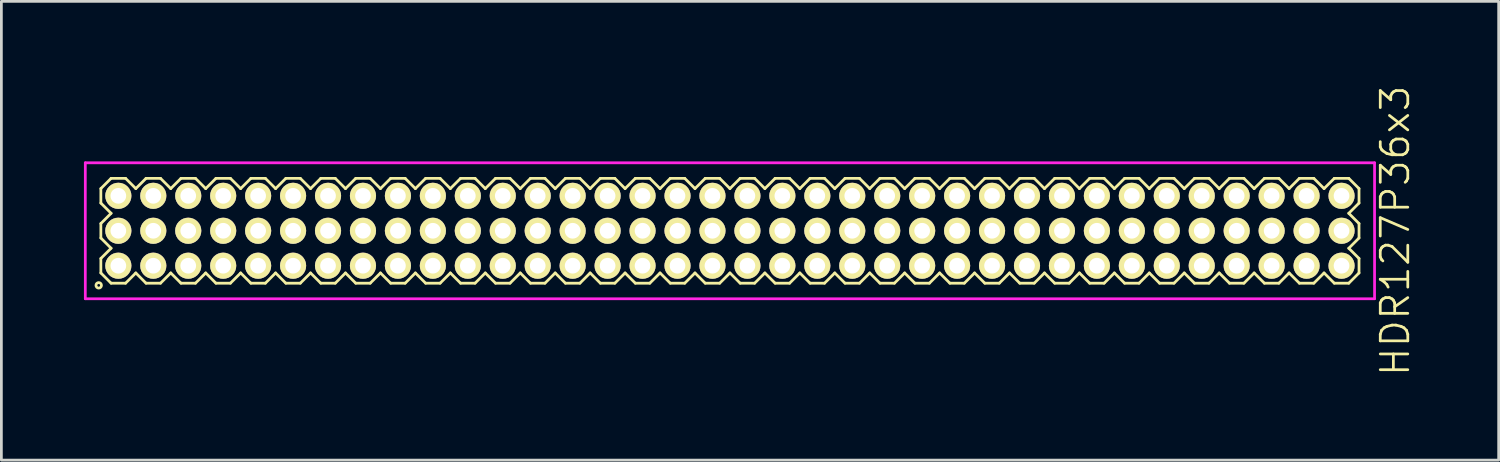
<source format=kicad_pcb>
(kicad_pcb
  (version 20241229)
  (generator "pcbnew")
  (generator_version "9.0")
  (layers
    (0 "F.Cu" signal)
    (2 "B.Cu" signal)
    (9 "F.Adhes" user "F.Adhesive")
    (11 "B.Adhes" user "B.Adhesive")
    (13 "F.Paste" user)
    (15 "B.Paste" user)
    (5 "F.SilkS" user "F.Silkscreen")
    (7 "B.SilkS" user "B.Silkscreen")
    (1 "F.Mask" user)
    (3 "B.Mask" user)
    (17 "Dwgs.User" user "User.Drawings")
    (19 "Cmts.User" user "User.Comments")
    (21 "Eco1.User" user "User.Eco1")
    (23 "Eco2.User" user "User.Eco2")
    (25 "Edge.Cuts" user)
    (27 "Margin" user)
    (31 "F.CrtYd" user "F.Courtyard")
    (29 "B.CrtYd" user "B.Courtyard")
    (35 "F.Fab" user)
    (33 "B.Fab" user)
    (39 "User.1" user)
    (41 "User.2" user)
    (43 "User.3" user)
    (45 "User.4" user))
  (footprint "HDR127P36x3"
    (layer "F.Cu")
    (at 23.475 5.336)
    (property "Reference" "HDR127P36x3" (at 24.175 0 90) (layer "F.SilkS") (effects (font (size 1 1) (thickness 0.1))))
    (attr through_hole)
    (fp_line (start -22.86 -1.533) (end -22.488 -1.905) (stroke (width 0.1) (type solid)) (layer "F.SilkS"))
    (fp_line (start -22.86 -1.007) (end -22.86 -1.533) (stroke (width 0.1) (type solid)) (layer "F.SilkS"))
    (fp_line (start -22.86 -0.263) (end -22.488 -0.635) (stroke (width 0.1) (type solid)) (layer "F.SilkS"))
    (fp_line (start -22.86 0.263) (end -22.86 -0.263) (stroke (width 0.1) (type solid)) (layer "F.SilkS"))
    (fp_line (start -22.86 1.007) (end -22.488 0.635) (stroke (width 0.1) (type solid)) (layer "F.SilkS"))
    (fp_line (start -22.86 1.533) (end -22.86 1.007) (stroke (width 0.1) (type solid)) (layer "F.SilkS"))
    (fp_line (start -22.488 -1.905) (end -21.962 -1.905) (stroke (width 0.1) (type solid)) (layer "F.SilkS"))
    (fp_line (start -22.488 -0.635) (end -22.86 -1.007) (stroke (width 0.1) (type solid)) (layer "F.SilkS"))
    (fp_line (start -22.488 0.635) (end -22.86 0.263) (stroke (width 0.1) (type solid)) (layer "F.SilkS"))
    (fp_line (start -22.488 1.905) (end -22.86 1.533) (stroke (width 0.1) (type solid)) (layer "F.SilkS"))
    (fp_line (start -21.962 -1.905) (end -21.59 -1.533) (stroke (width 0.1) (type solid)) (layer "F.SilkS"))
    (fp_line (start -21.962 1.905) (end -22.488 1.905) (stroke (width 0.1) (type solid)) (layer "F.SilkS"))
    (fp_line (start -21.59 -1.533) (end -21.218 -1.905) (stroke (width 0.1) (type solid)) (layer "F.SilkS"))
    (fp_line (start -21.59 1.533) (end -21.962 1.905) (stroke (width 0.1) (type solid)) (layer "F.SilkS"))
    (fp_line (start -21.218 -1.905) (end -20.692 -1.905) (stroke (width 0.1) (type solid)) (layer "F.SilkS"))
    (fp_line (start -21.218 1.905) (end -21.59 1.533) (stroke (width 0.1) (type solid)) (layer "F.SilkS"))
    (fp_line (start -20.692 -1.905) (end -20.32 -1.533) (stroke (width 0.1) (type solid)) (layer "F.SilkS"))
    (fp_line (start -20.692 1.905) (end -21.218 1.905) (stroke (width 0.1) (type solid)) (layer "F.SilkS"))
    (fp_line (start -20.32 -1.533) (end -19.948 -1.905) (stroke (width 0.1) (type solid)) (layer "F.SilkS"))
    (fp_line (start -20.32 1.533) (end -20.692 1.905) (stroke (width 0.1) (type solid)) (layer "F.SilkS"))
    (fp_line (start -19.948 -1.905) (end -19.422 -1.905) (stroke (width 0.1) (type solid)) (layer "F.SilkS"))
    (fp_line (start -19.948 1.905) (end -20.32 1.533) (stroke (width 0.1) (type solid)) (layer "F.SilkS"))
    (fp_line (start -19.422 -1.905) (end -19.05 -1.533) (stroke (width 0.1) (type solid)) (layer "F.SilkS"))
    (fp_line (start -19.422 1.905) (end -19.948 1.905) (stroke (width 0.1) (type solid)) (layer "F.SilkS"))
    (fp_line (start -19.05 -1.533) (end -18.678 -1.905) (stroke (width 0.1) (type solid)) (layer "F.SilkS"))
    (fp_line (start -19.05 1.533) (end -19.422 1.905) (stroke (width 0.1) (type solid)) (layer "F.SilkS"))
    (fp_line (start -18.678 -1.905) (end -18.152 -1.905) (stroke (width 0.1) (type solid)) (layer "F.SilkS"))
    (fp_line (start -18.678 1.905) (end -19.05 1.533) (stroke (width 0.1) (type solid)) (layer "F.SilkS"))
    (fp_line (start -18.152 -1.905) (end -17.78 -1.533) (stroke (width 0.1) (type solid)) (layer "F.SilkS"))
    (fp_line (start -18.152 1.905) (end -18.678 1.905) (stroke (width 0.1) (type solid)) (layer "F.SilkS"))
    (fp_line (start -17.78 -1.533) (end -17.408 -1.905) (stroke (width 0.1) (type solid)) (layer "F.SilkS"))
    (fp_line (start -17.78 1.533) (end -18.152 1.905) (stroke (width 0.1) (type solid)) (layer "F.SilkS"))
    (fp_line (start -17.408 -1.905) (end -16.882 -1.905) (stroke (width 0.1) (type solid)) (layer "F.SilkS"))
    (fp_line (start -17.408 1.905) (end -17.78 1.533) (stroke (width 0.1) (type solid)) (layer "F.SilkS"))
    (fp_line (start -16.882 -1.905) (end -16.51 -1.533) (stroke (width 0.1) (type solid)) (layer "F.SilkS"))
    (fp_line (start -16.882 1.905) (end -17.408 1.905) (stroke (width 0.1) (type solid)) (layer "F.SilkS"))
    (fp_line (start -16.51 -1.533) (end -16.138 -1.905) (stroke (width 0.1) (type solid)) (layer "F.SilkS"))
    (fp_line (start -16.51 1.533) (end -16.882 1.905) (stroke (width 0.1) (type solid)) (layer "F.SilkS"))
    (fp_line (start -16.138 -1.905) (end -15.612 -1.905) (stroke (width 0.1) (type solid)) (layer "F.SilkS"))
    (fp_line (start -16.138 1.905) (end -16.51 1.533) (stroke (width 0.1) (type solid)) (layer "F.SilkS"))
    (fp_line (start -15.612 -1.905) (end -15.24 -1.533) (stroke (width 0.1) (type solid)) (layer "F.SilkS"))
    (fp_line (start -15.612 1.905) (end -16.138 1.905) (stroke (width 0.1) (type solid)) (layer "F.SilkS"))
    (fp_line (start -15.24 -1.533) (end -14.868 -1.905) (stroke (width 0.1) (type solid)) (layer "F.SilkS"))
    (fp_line (start -15.24 1.533) (end -15.612 1.905) (stroke (width 0.1) (type solid)) (layer "F.SilkS"))
    (fp_line (start -14.868 -1.905) (end -14.342 -1.905) (stroke (width 0.1) (type solid)) (layer "F.SilkS"))
    (fp_line (start -14.868 1.905) (end -15.24 1.533) (stroke (width 0.1) (type solid)) (layer "F.SilkS"))
    (fp_line (start -14.342 -1.905) (end -13.97 -1.533) (stroke (width 0.1) (type solid)) (layer "F.SilkS"))
    (fp_line (start -14.342 1.905) (end -14.868 1.905) (stroke (width 0.1) (type solid)) (layer "F.SilkS"))
    (fp_line (start -13.97 -1.533) (end -13.598 -1.905) (stroke (width 0.1) (type solid)) (layer "F.SilkS"))
    (fp_line (start -13.97 1.533) (end -14.342 1.905) (stroke (width 0.1) (type solid)) (layer "F.SilkS"))
    (fp_line (start -13.598 -1.905) (end -13.072 -1.905) (stroke (width 0.1) (type solid)) (layer "F.SilkS"))
    (fp_line (start -13.598 1.905) (end -13.97 1.533) (stroke (width 0.1) (type solid)) (layer "F.SilkS"))
    (fp_line (start -13.072 -1.905) (end -12.7 -1.533) (stroke (width 0.1) (type solid)) (layer "F.SilkS"))
    (fp_line (start -13.072 1.905) (end -13.598 1.905) (stroke (width 0.1) (type solid)) (layer "F.SilkS"))
    (fp_line (start -12.7 -1.533) (end -12.328 -1.905) (stroke (width 0.1) (type solid)) (layer "F.SilkS"))
    (fp_line (start -12.7 1.533) (end -13.072 1.905) (stroke (width 0.1) (type solid)) (layer "F.SilkS"))
    (fp_line (start -12.328 -1.905) (end -11.802 -1.905) (stroke (width 0.1) (type solid)) (layer "F.SilkS"))
    (fp_line (start -12.328 1.905) (end -12.7 1.533) (stroke (width 0.1) (type solid)) (layer "F.SilkS"))
    (fp_line (start -11.802 -1.905) (end -11.43 -1.533) (stroke (width 0.1) (type solid)) (layer "F.SilkS"))
    (fp_line (start -11.802 1.905) (end -12.328 1.905) (stroke (width 0.1) (type solid)) (layer "F.SilkS"))
    (fp_line (start -11.43 -1.533) (end -11.058 -1.905) (stroke (width 0.1) (type solid)) (layer "F.SilkS"))
    (fp_line (start -11.43 1.533) (end -11.802 1.905) (stroke (width 0.1) (type solid)) (layer "F.SilkS"))
    (fp_line (start -11.058 -1.905) (end -10.532 -1.905) (stroke (width 0.1) (type solid)) (layer "F.SilkS"))
    (fp_line (start -11.058 1.905) (end -11.43 1.533) (stroke (width 0.1) (type solid)) (layer "F.SilkS"))
    (fp_line (start -10.532 -1.905) (end -10.16 -1.533) (stroke (width 0.1) (type solid)) (layer "F.SilkS"))
    (fp_line (start -10.532 1.905) (end -11.058 1.905) (stroke (width 0.1) (type solid)) (layer "F.SilkS"))
    (fp_line (start -10.16 -1.533) (end -9.788 -1.905) (stroke (width 0.1) (type solid)) (layer "F.SilkS"))
    (fp_line (start -10.16 1.533) (end -10.532 1.905) (stroke (width 0.1) (type solid)) (layer "F.SilkS"))
    (fp_line (start -9.788 -1.905) (end -9.262 -1.905) (stroke (width 0.1) (type solid)) (layer "F.SilkS"))
    (fp_line (start -9.788 1.905) (end -10.16 1.533) (stroke (width 0.1) (type solid)) (layer "F.SilkS"))
    (fp_line (start -9.262 -1.905) (end -8.89 -1.533) (stroke (width 0.1) (type solid)) (layer "F.SilkS"))
    (fp_line (start -9.262 1.905) (end -9.788 1.905) (stroke (width 0.1) (type solid)) (layer "F.SilkS"))
    (fp_line (start -8.89 -1.533) (end -8.518 -1.905) (stroke (width 0.1) (type solid)) (layer "F.SilkS"))
    (fp_line (start -8.89 1.533) (end -9.262 1.905) (stroke (width 0.1) (type solid)) (layer "F.SilkS"))
    (fp_line (start -8.518 -1.905) (end -7.992 -1.905) (stroke (width 0.1) (type solid)) (layer "F.SilkS"))
    (fp_line (start -8.518 1.905) (end -8.89 1.533) (stroke (width 0.1) (type solid)) (layer "F.SilkS"))
    (fp_line (start -7.992 -1.905) (end -7.62 -1.533) (stroke (width 0.1) (type solid)) (layer "F.SilkS"))
    (fp_line (start -7.992 1.905) (end -8.518 1.905) (stroke (width 0.1) (type solid)) (layer "F.SilkS"))
    (fp_line (start -7.62 -1.533) (end -7.248 -1.905) (stroke (width 0.1) (type solid)) (layer "F.SilkS"))
    (fp_line (start -7.62 1.533) (end -7.992 1.905) (stroke (width 0.1) (type solid)) (layer "F.SilkS"))
    (fp_line (start -7.248 -1.905) (end -6.722 -1.905) (stroke (width 0.1) (type solid)) (layer "F.SilkS"))
    (fp_line (start -7.248 1.905) (end -7.62 1.533) (stroke (width 0.1) (type solid)) (layer "F.SilkS"))
    (fp_line (start -6.722 -1.905) (end -6.35 -1.533) (stroke (width 0.1) (type solid)) (layer "F.SilkS"))
    (fp_line (start -6.722 1.905) (end -7.248 1.905) (stroke (width 0.1) (type solid)) (layer "F.SilkS"))
    (fp_line (start -6.35 -1.533) (end -5.978 -1.905) (stroke (width 0.1) (type solid)) (layer "F.SilkS"))
    (fp_line (start -6.35 1.533) (end -6.722 1.905) (stroke (width 0.1) (type solid)) (layer "F.SilkS"))
    (fp_line (start -5.978 -1.905) (end -5.452 -1.905) (stroke (width 0.1) (type solid)) (layer "F.SilkS"))
    (fp_line (start -5.978 1.905) (end -6.35 1.533) (stroke (width 0.1) (type solid)) (layer "F.SilkS"))
    (fp_line (start -5.452 -1.905) (end -5.08 -1.533) (stroke (width 0.1) (type solid)) (layer "F.SilkS"))
    (fp_line (start -5.452 1.905) (end -5.978 1.905) (stroke (width 0.1) (type solid)) (layer "F.SilkS"))
    (fp_line (start -5.08 -1.533) (end -4.708 -1.905) (stroke (width 0.1) (type solid)) (layer "F.SilkS"))
    (fp_line (start -5.08 1.533) (end -5.452 1.905) (stroke (width 0.1) (type solid)) (layer "F.SilkS"))
    (fp_line (start -4.708 -1.905) (end -4.182 -1.905) (stroke (width 0.1) (type solid)) (layer "F.SilkS"))
    (fp_line (start -4.708 1.905) (end -5.08 1.533) (stroke (width 0.1) (type solid)) (layer "F.SilkS"))
    (fp_line (start -4.182 -1.905) (end -3.81 -1.533) (stroke (width 0.1) (type solid)) (layer "F.SilkS"))
    (fp_line (start -4.182 1.905) (end -4.708 1.905) (stroke (width 0.1) (type solid)) (layer "F.SilkS"))
    (fp_line (start -3.81 -1.533) (end -3.438 -1.905) (stroke (width 0.1) (type solid)) (layer "F.SilkS"))
    (fp_line (start -3.81 1.533) (end -4.182 1.905) (stroke (width 0.1) (type solid)) (layer "F.SilkS"))
    (fp_line (start -3.438 -1.905) (end -2.912 -1.905) (stroke (width 0.1) (type solid)) (layer "F.SilkS"))
    (fp_line (start -3.438 1.905) (end -3.81 1.533) (stroke (width 0.1) (type solid)) (layer "F.SilkS"))
    (fp_line (start -2.912 -1.905) (end -2.54 -1.533) (stroke (width 0.1) (type solid)) (layer "F.SilkS"))
    (fp_line (start -2.912 1.905) (end -3.438 1.905) (stroke (width 0.1) (type solid)) (layer "F.SilkS"))
    (fp_line (start -2.54 -1.533) (end -2.168 -1.905) (stroke (width 0.1) (type solid)) (layer "F.SilkS"))
    (fp_line (start -2.54 1.533) (end -2.912 1.905) (stroke (width 0.1) (type solid)) (layer "F.SilkS"))
    (fp_line (start -2.168 -1.905) (end -1.642 -1.905) (stroke (width 0.1) (type solid)) (layer "F.SilkS"))
    (fp_line (start -2.168 1.905) (end -2.54 1.533) (stroke (width 0.1) (type solid)) (layer "F.SilkS"))
    (fp_line (start -1.642 -1.905) (end -1.27 -1.533) (stroke (width 0.1) (type solid)) (layer "F.SilkS"))
    (fp_line (start -1.642 1.905) (end -2.168 1.905) (stroke (width 0.1) (type solid)) (layer "F.SilkS"))
    (fp_line (start -1.27 -1.533) (end -0.898 -1.905) (stroke (width 0.1) (type solid)) (layer "F.SilkS"))
    (fp_line (start -1.27 1.533) (end -1.642 1.905) (stroke (width 0.1) (type solid)) (layer "F.SilkS"))
    (fp_line (start -0.898 -1.905) (end -0.372 -1.905) (stroke (width 0.1) (type solid)) (layer "F.SilkS"))
    (fp_line (start -0.898 1.905) (end -1.27 1.533) (stroke (width 0.1) (type solid)) (layer "F.SilkS"))
    (fp_line (start -0.372 -1.905) (end 0 -1.533) (stroke (width 0.1) (type solid)) (layer "F.SilkS"))
    (fp_line (start -0.372 1.905) (end -0.898 1.905) (stroke (width 0.1) (type solid)) (layer "F.SilkS"))
    (fp_line (start 0 -1.533) (end 0.372 -1.905) (stroke (width 0.1) (type solid)) (layer "F.SilkS"))
    (fp_line (start 0 1.533) (end -0.372 1.905) (stroke (width 0.1) (type solid)) (layer "F.SilkS"))
    (fp_line (start 0.372 -1.905) (end 0.898 -1.905) (stroke (width 0.1) (type solid)) (layer "F.SilkS"))
    (fp_line (start 0.372 1.905) (end 0 1.533) (stroke (width 0.1) (type solid)) (layer "F.SilkS"))
    (fp_line (start 0.898 -1.905) (end 1.27 -1.533) (stroke (width 0.1) (type solid)) (layer "F.SilkS"))
    (fp_line (start 0.898 1.905) (end 0.372 1.905) (stroke (width 0.1) (type solid)) (layer "F.SilkS"))
    (fp_line (start 1.27 -1.533) (end 1.642 -1.905) (stroke (width 0.1) (type solid)) (layer "F.SilkS"))
    (fp_line (start 1.27 1.533) (end 0.898 1.905) (stroke (width 0.1) (type solid)) (layer "F.SilkS"))
    (fp_line (start 1.642 -1.905) (end 2.168 -1.905) (stroke (width 0.1) (type solid)) (layer "F.SilkS"))
    (fp_line (start 1.642 1.905) (end 1.27 1.533) (stroke (width 0.1) (type solid)) (layer "F.SilkS"))
    (fp_line (start 2.168 -1.905) (end 2.54 -1.533) (stroke (width 0.1) (type solid)) (layer "F.SilkS"))
    (fp_line (start 2.168 1.905) (end 1.642 1.905) (stroke (width 0.1) (type solid)) (layer "F.SilkS"))
    (fp_line (start 2.54 -1.533) (end 2.912 -1.905) (stroke (width 0.1) (type solid)) (layer "F.SilkS"))
    (fp_line (start 2.54 1.533) (end 2.168 1.905) (stroke (width 0.1) (type solid)) (layer "F.SilkS"))
    (fp_line (start 2.912 -1.905) (end 3.438 -1.905) (stroke (width 0.1) (type solid)) (layer "F.SilkS"))
    (fp_line (start 2.912 1.905) (end 2.54 1.533) (stroke (width 0.1) (type solid)) (layer "F.SilkS"))
    (fp_line (start 3.438 -1.905) (end 3.81 -1.533) (stroke (width 0.1) (type solid)) (layer "F.SilkS"))
    (fp_line (start 3.438 1.905) (end 2.912 1.905) (stroke (width 0.1) (type solid)) (layer "F.SilkS"))
    (fp_line (start 3.81 -1.533) (end 4.182 -1.905) (stroke (width 0.1) (type solid)) (layer "F.SilkS"))
    (fp_line (start 3.81 1.533) (end 3.438 1.905) (stroke (width 0.1) (type solid)) (layer "F.SilkS"))
    (fp_line (start 4.182 -1.905) (end 4.708 -1.905) (stroke (width 0.1) (type solid)) (layer "F.SilkS"))
    (fp_line (start 4.182 1.905) (end 3.81 1.533) (stroke (width 0.1) (type solid)) (layer "F.SilkS"))
    (fp_line (start 4.708 -1.905) (end 5.08 -1.533) (stroke (width 0.1) (type solid)) (layer "F.SilkS"))
    (fp_line (start 4.708 1.905) (end 4.182 1.905) (stroke (width 0.1) (type solid)) (layer "F.SilkS"))
    (fp_line (start 5.08 -1.533) (end 5.452 -1.905) (stroke (width 0.1) (type solid)) (layer "F.SilkS"))
    (fp_line (start 5.08 1.533) (end 4.708 1.905) (stroke (width 0.1) (type solid)) (layer "F.SilkS"))
    (fp_line (start 5.452 -1.905) (end 5.978 -1.905) (stroke (width 0.1) (type solid)) (layer "F.SilkS"))
    (fp_line (start 5.452 1.905) (end 5.08 1.533) (stroke (width 0.1) (type solid)) (layer "F.SilkS"))
    (fp_line (start 5.978 -1.905) (end 6.35 -1.533) (stroke (width 0.1) (type solid)) (layer "F.SilkS"))
    (fp_line (start 5.978 1.905) (end 5.452 1.905) (stroke (width 0.1) (type solid)) (layer "F.SilkS"))
    (fp_line (start 6.35 -1.533) (end 6.722 -1.905) (stroke (width 0.1) (type solid)) (layer "F.SilkS"))
    (fp_line (start 6.35 1.533) (end 5.978 1.905) (stroke (width 0.1) (type solid)) (layer "F.SilkS"))
    (fp_line (start 6.722 -1.905) (end 7.248 -1.905) (stroke (width 0.1) (type solid)) (layer "F.SilkS"))
    (fp_line (start 6.722 1.905) (end 6.35 1.533) (stroke (width 0.1) (type solid)) (layer "F.SilkS"))
    (fp_line (start 7.248 -1.905) (end 7.62 -1.533) (stroke (width 0.1) (type solid)) (layer "F.SilkS"))
    (fp_line (start 7.248 1.905) (end 6.722 1.905) (stroke (width 0.1) (type solid)) (layer "F.SilkS"))
    (fp_line (start 7.62 -1.533) (end 7.992 -1.905) (stroke (width 0.1) (type solid)) (layer "F.SilkS"))
    (fp_line (start 7.62 1.533) (end 7.248 1.905) (stroke (width 0.1) (type solid)) (layer "F.SilkS"))
    (fp_line (start 7.992 -1.905) (end 8.518 -1.905) (stroke (width 0.1) (type solid)) (layer "F.SilkS"))
    (fp_line (start 7.992 1.905) (end 7.62 1.533) (stroke (width 0.1) (type solid)) (layer "F.SilkS"))
    (fp_line (start 8.518 -1.905) (end 8.89 -1.533) (stroke (width 0.1) (type solid)) (layer "F.SilkS"))
    (fp_line (start 8.518 1.905) (end 7.992 1.905) (stroke (width 0.1) (type solid)) (layer "F.SilkS"))
    (fp_line (start 8.89 -1.533) (end 9.262 -1.905) (stroke (width 0.1) (type solid)) (layer "F.SilkS"))
    (fp_line (start 8.89 1.533) (end 8.518 1.905) (stroke (width 0.1) (type solid)) (layer "F.SilkS"))
    (fp_line (start 9.262 -1.905) (end 9.788 -1.905) (stroke (width 0.1) (type solid)) (layer "F.SilkS"))
    (fp_line (start 9.262 1.905) (end 8.89 1.533) (stroke (width 0.1) (type solid)) (layer "F.SilkS"))
    (fp_line (start 9.788 -1.905) (end 10.16 -1.533) (stroke (width 0.1) (type solid)) (layer "F.SilkS"))
    (fp_line (start 9.788 1.905) (end 9.262 1.905) (stroke (width 0.1) (type solid)) (layer "F.SilkS"))
    (fp_line (start 10.16 -1.533) (end 10.532 -1.905) (stroke (width 0.1) (type solid)) (layer "F.SilkS"))
    (fp_line (start 10.16 1.533) (end 9.788 1.905) (stroke (width 0.1) (type solid)) (layer "F.SilkS"))
    (fp_line (start 10.532 -1.905) (end 11.058 -1.905) (stroke (width 0.1) (type solid)) (layer "F.SilkS"))
    (fp_line (start 10.532 1.905) (end 10.16 1.533) (stroke (width 0.1) (type solid)) (layer "F.SilkS"))
    (fp_line (start 11.058 -1.905) (end 11.43 -1.533) (stroke (width 0.1) (type solid)) (layer "F.SilkS"))
    (fp_line (start 11.058 1.905) (end 10.532 1.905) (stroke (width 0.1) (type solid)) (layer "F.SilkS"))
    (fp_line (start 11.43 -1.533) (end 11.802 -1.905) (stroke (width 0.1) (type solid)) (layer "F.SilkS"))
    (fp_line (start 11.43 1.533) (end 11.058 1.905) (stroke (width 0.1) (type solid)) (layer "F.SilkS"))
    (fp_line (start 11.802 -1.905) (end 12.328 -1.905) (stroke (width 0.1) (type solid)) (layer "F.SilkS"))
    (fp_line (start 11.802 1.905) (end 11.43 1.533) (stroke (width 0.1) (type solid)) (layer "F.SilkS"))
    (fp_line (start 12.328 -1.905) (end 12.7 -1.533) (stroke (width 0.1) (type solid)) (layer "F.SilkS"))
    (fp_line (start 12.328 1.905) (end 11.802 1.905) (stroke (width 0.1) (type solid)) (layer "F.SilkS"))
    (fp_line (start 12.7 -1.533) (end 13.072 -1.905) (stroke (width 0.1) (type solid)) (layer "F.SilkS"))
    (fp_line (start 12.7 1.533) (end 12.328 1.905) (stroke (width 0.1) (type solid)) (layer "F.SilkS"))
    (fp_line (start 13.072 -1.905) (end 13.598 -1.905) (stroke (width 0.1) (type solid)) (layer "F.SilkS"))
    (fp_line (start 13.072 1.905) (end 12.7 1.533) (stroke (width 0.1) (type solid)) (layer "F.SilkS"))
    (fp_line (start 13.598 -1.905) (end 13.97 -1.533) (stroke (width 0.1) (type solid)) (layer "F.SilkS"))
    (fp_line (start 13.598 1.905) (end 13.072 1.905) (stroke (width 0.1) (type solid)) (layer "F.SilkS"))
    (fp_line (start 13.97 -1.533) (end 14.342 -1.905) (stroke (width 0.1) (type solid)) (layer "F.SilkS"))
    (fp_line (start 13.97 1.533) (end 13.598 1.905) (stroke (width 0.1) (type solid)) (layer "F.SilkS"))
    (fp_line (start 14.342 -1.905) (end 14.868 -1.905) (stroke (width 0.1) (type solid)) (layer "F.SilkS"))
    (fp_line (start 14.342 1.905) (end 13.97 1.533) (stroke (width 0.1) (type solid)) (layer "F.SilkS"))
    (fp_line (start 14.868 -1.905) (end 15.24 -1.533) (stroke (width 0.1) (type solid)) (layer "F.SilkS"))
    (fp_line (start 14.868 1.905) (end 14.342 1.905) (stroke (width 0.1) (type solid)) (layer "F.SilkS"))
    (fp_line (start 15.24 -1.533) (end 15.612 -1.905) (stroke (width 0.1) (type solid)) (layer "F.SilkS"))
    (fp_line (start 15.24 1.533) (end 14.868 1.905) (stroke (width 0.1) (type solid)) (layer "F.SilkS"))
    (fp_line (start 15.612 -1.905) (end 16.138 -1.905) (stroke (width 0.1) (type solid)) (layer "F.SilkS"))
    (fp_line (start 15.612 1.905) (end 15.24 1.533) (stroke (width 0.1) (type solid)) (layer "F.SilkS"))
    (fp_line (start 16.138 -1.905) (end 16.51 -1.533) (stroke (width 0.1) (type solid)) (layer "F.SilkS"))
    (fp_line (start 16.138 1.905) (end 15.612 1.905) (stroke (width 0.1) (type solid)) (layer "F.SilkS"))
    (fp_line (start 16.51 -1.533) (end 16.882 -1.905) (stroke (width 0.1) (type solid)) (layer "F.SilkS"))
    (fp_line (start 16.51 1.533) (end 16.138 1.905) (stroke (width 0.1) (type solid)) (layer "F.SilkS"))
    (fp_line (start 16.882 -1.905) (end 17.408 -1.905) (stroke (width 0.1) (type solid)) (layer "F.SilkS"))
    (fp_line (start 16.882 1.905) (end 16.51 1.533) (stroke (width 0.1) (type solid)) (layer "F.SilkS"))
    (fp_line (start 17.408 -1.905) (end 17.78 -1.533) (stroke (width 0.1) (type solid)) (layer "F.SilkS"))
    (fp_line (start 17.408 1.905) (end 16.882 1.905) (stroke (width 0.1) (type solid)) (layer "F.SilkS"))
    (fp_line (start 17.78 -1.533) (end 18.152 -1.905) (stroke (width 0.1) (type solid)) (layer "F.SilkS"))
    (fp_line (start 17.78 1.533) (end 17.408 1.905) (stroke (width 0.1) (type solid)) (layer "F.SilkS"))
    (fp_line (start 18.152 -1.905) (end 18.678 -1.905) (stroke (width 0.1) (type solid)) (layer "F.SilkS"))
    (fp_line (start 18.152 1.905) (end 17.78 1.533) (stroke (width 0.1) (type solid)) (layer "F.SilkS"))
    (fp_line (start 18.678 -1.905) (end 19.05 -1.533) (stroke (width 0.1) (type solid)) (layer "F.SilkS"))
    (fp_line (start 18.678 1.905) (end 18.152 1.905) (stroke (width 0.1) (type solid)) (layer "F.SilkS"))
    (fp_line (start 19.05 -1.533) (end 19.422 -1.905) (stroke (width 0.1) (type solid)) (layer "F.SilkS"))
    (fp_line (start 19.05 1.533) (end 18.678 1.905) (stroke (width 0.1) (type solid)) (layer "F.SilkS"))
    (fp_line (start 19.422 -1.905) (end 19.948 -1.905) (stroke (width 0.1) (type solid)) (layer "F.SilkS"))
    (fp_line (start 19.422 1.905) (end 19.05 1.533) (stroke (width 0.1) (type solid)) (layer "F.SilkS"))
    (fp_line (start 19.948 -1.905) (end 20.32 -1.533) (stroke (width 0.1) (type solid)) (layer "F.SilkS"))
    (fp_line (start 19.948 1.905) (end 19.422 1.905) (stroke (width 0.1) (type solid)) (layer "F.SilkS"))
    (fp_line (start 20.32 -1.533) (end 20.692 -1.905) (stroke (width 0.1) (type solid)) (layer "F.SilkS"))
    (fp_line (start 20.32 1.533) (end 19.948 1.905) (stroke (width 0.1) (type solid)) (layer "F.SilkS"))
    (fp_line (start 20.692 -1.905) (end 21.218 -1.905) (stroke (width 0.1) (type solid)) (layer "F.SilkS"))
    (fp_line (start 20.692 1.905) (end 20.32 1.533) (stroke (width 0.1) (type solid)) (layer "F.SilkS"))
    (fp_line (start 21.218 -1.905) (end 21.59 -1.533) (stroke (width 0.1) (type solid)) (layer "F.SilkS"))
    (fp_line (start 21.218 1.905) (end 20.692 1.905) (stroke (width 0.1) (type solid)) (layer "F.SilkS"))
    (fp_line (start 21.59 -1.533) (end 21.962 -1.905) (stroke (width 0.1) (type solid)) (layer "F.SilkS"))
    (fp_line (start 21.59 1.533) (end 21.218 1.905) (stroke (width 0.1) (type solid)) (layer "F.SilkS"))
    (fp_line (start 21.962 -1.905) (end 22.488 -1.905) (stroke (width 0.1) (type solid)) (layer "F.SilkS"))
    (fp_line (start 21.962 1.905) (end 21.59 1.533) (stroke (width 0.1) (type solid)) (layer "F.SilkS"))
    (fp_line (start 22.488 -1.905) (end 22.86 -1.533) (stroke (width 0.1) (type solid)) (layer "F.SilkS"))
    (fp_line (start 22.488 -0.635) (end 22.86 -0.263) (stroke (width 0.1) (type solid)) (layer "F.SilkS"))
    (fp_line (start 22.488 0.635) (end 22.86 1.007) (stroke (width 0.1) (type solid)) (layer "F.SilkS"))
    (fp_line (start 22.488 1.905) (end 21.962 1.905) (stroke (width 0.1) (type solid)) (layer "F.SilkS"))
    (fp_line (start 22.86 -1.533) (end 22.86 -1.007) (stroke (width 0.1) (type solid)) (layer "F.SilkS"))
    (fp_line (start 22.86 -1.007) (end 22.488 -0.635) (stroke (width 0.1) (type solid)) (layer "F.SilkS"))
    (fp_line (start 22.86 -0.263) (end 22.86 0.263) (stroke (width 0.1) (type solid)) (layer "F.SilkS"))
    (fp_line (start 22.86 0.263) (end 22.488 0.635) (stroke (width 0.1) (type solid)) (layer "F.SilkS"))
    (fp_line (start 22.86 1.007) (end 22.86 1.533) (stroke (width 0.1) (type solid)) (layer "F.SilkS"))
    (fp_line (start 22.86 1.533) (end 22.488 1.905) (stroke (width 0.1) (type solid)) (layer "F.SilkS"))
    (fp_circle (center -22.938 1.983) (end -22.838 1.983) (stroke (width 0.1) (type solid)) (fill no) (layer "F.SilkS"))
    (fp_line (start -23.425 -2.47) (end -23.425 2.47) (stroke (width 0.1) (type solid)) (layer "F.CrtYd"))
    (fp_line (start -23.425 2.47) (end 23.425 2.47) (stroke (width 0.1) (type solid)) (layer "F.CrtYd"))
    (fp_line (start 23.425 -2.47) (end -23.425 -2.47) (stroke (width 0.1) (type solid)) (layer "F.CrtYd"))
    (fp_line (start 23.425 2.47) (end 23.425 -2.47) (stroke (width 0.1) (type solid)) (layer "F.CrtYd"))
    (pad "1" thru_hole oval (at -22.225 1.27) (size 0.95 0.95) (drill 0.57) (layers "*.Cu" "*.Mask" "F.SilkS"))
    (pad "2" thru_hole oval (at -22.225 0) (size 0.95 0.95) (drill 0.57) (layers "*.Cu" "*.Mask" "F.SilkS"))
    (pad "3" thru_hole oval (at -22.225 -1.27) (size 0.95 0.95) (drill 0.57) (layers "*.Cu" "*.Mask" "F.SilkS"))
    (pad "4" thru_hole oval (at -20.955 1.27) (size 0.95 0.95) (drill 0.57) (layers "*.Cu" "*.Mask" "F.SilkS"))
    (pad "5" thru_hole oval (at -20.955 0) (size 0.95 0.95) (drill 0.57) (layers "*.Cu" "*.Mask" "F.SilkS"))
    (pad "6" thru_hole oval (at -20.955 -1.27) (size 0.95 0.95) (drill 0.57) (layers "*.Cu" "*.Mask" "F.SilkS"))
    (pad "7" thru_hole oval (at -19.685 1.27) (size 0.95 0.95) (drill 0.57) (layers "*.Cu" "*.Mask" "F.SilkS"))
    (pad "8" thru_hole oval (at -19.685 0) (size 0.95 0.95) (drill 0.57) (layers "*.Cu" "*.Mask" "F.SilkS"))
    (pad "9" thru_hole oval (at -19.685 -1.27) (size 0.95 0.95) (drill 0.57) (layers "*.Cu" "*.Mask" "F.SilkS"))
    (pad "10" thru_hole oval (at -18.415 1.27) (size 0.95 0.95) (drill 0.57) (layers "*.Cu" "*.Mask" "F.SilkS"))
    (pad "11" thru_hole oval (at -18.415 0) (size 0.95 0.95) (drill 0.57) (layers "*.Cu" "*.Mask" "F.SilkS"))
    (pad "12" thru_hole oval (at -18.415 -1.27) (size 0.95 0.95) (drill 0.57) (layers "*.Cu" "*.Mask" "F.SilkS"))
    (pad "13" thru_hole oval (at -17.145 1.27) (size 0.95 0.95) (drill 0.57) (layers "*.Cu" "*.Mask" "F.SilkS"))
    (pad "14" thru_hole oval (at -17.145 0) (size 0.95 0.95) (drill 0.57) (layers "*.Cu" "*.Mask" "F.SilkS"))
    (pad "15" thru_hole oval (at -17.145 -1.27) (size 0.95 0.95) (drill 0.57) (layers "*.Cu" "*.Mask" "F.SilkS"))
    (pad "16" thru_hole oval (at -15.875 1.27) (size 0.95 0.95) (drill 0.57) (layers "*.Cu" "*.Mask" "F.SilkS"))
    (pad "17" thru_hole oval (at -15.875 0) (size 0.95 0.95) (drill 0.57) (layers "*.Cu" "*.Mask" "F.SilkS"))
    (pad "18" thru_hole oval (at -15.875 -1.27) (size 0.95 0.95) (drill 0.57) (layers "*.Cu" "*.Mask" "F.SilkS"))
    (pad "19" thru_hole oval (at -14.605 1.27) (size 0.95 0.95) (drill 0.57) (layers "*.Cu" "*.Mask" "F.SilkS"))
    (pad "20" thru_hole oval (at -14.605 0) (size 0.95 0.95) (drill 0.57) (layers "*.Cu" "*.Mask" "F.SilkS"))
    (pad "21" thru_hole oval (at -14.605 -1.27) (size 0.95 0.95) (drill 0.57) (layers "*.Cu" "*.Mask" "F.SilkS"))
    (pad "22" thru_hole oval (at -13.335 1.27) (size 0.95 0.95) (drill 0.57) (layers "*.Cu" "*.Mask" "F.SilkS"))
    (pad "23" thru_hole oval (at -13.335 0) (size 0.95 0.95) (drill 0.57) (layers "*.Cu" "*.Mask" "F.SilkS"))
    (pad "24" thru_hole oval (at -13.335 -1.27) (size 0.95 0.95) (drill 0.57) (layers "*.Cu" "*.Mask" "F.SilkS"))
    (pad "25" thru_hole oval (at -12.065 1.27) (size 0.95 0.95) (drill 0.57) (layers "*.Cu" "*.Mask" "F.SilkS"))
    (pad "26" thru_hole oval (at -12.065 0) (size 0.95 0.95) (drill 0.57) (layers "*.Cu" "*.Mask" "F.SilkS"))
    (pad "27" thru_hole oval (at -12.065 -1.27) (size 0.95 0.95) (drill 0.57) (layers "*.Cu" "*.Mask" "F.SilkS"))
    (pad "28" thru_hole oval (at -10.795 1.27) (size 0.95 0.95) (drill 0.57) (layers "*.Cu" "*.Mask" "F.SilkS"))
    (pad "29" thru_hole oval (at -10.795 0) (size 0.95 0.95) (drill 0.57) (layers "*.Cu" "*.Mask" "F.SilkS"))
    (pad "30" thru_hole oval (at -10.795 -1.27) (size 0.95 0.95) (drill 0.57) (layers "*.Cu" "*.Mask" "F.SilkS"))
    (pad "31" thru_hole oval (at -9.525 1.27) (size 0.95 0.95) (drill 0.57) (layers "*.Cu" "*.Mask" "F.SilkS"))
    (pad "32" thru_hole oval (at -9.525 0) (size 0.95 0.95) (drill 0.57) (layers "*.Cu" "*.Mask" "F.SilkS"))
    (pad "33" thru_hole oval (at -9.525 -1.27) (size 0.95 0.95) (drill 0.57) (layers "*.Cu" "*.Mask" "F.SilkS"))
    (pad "34" thru_hole oval (at -8.255 1.27) (size 0.95 0.95) (drill 0.57) (layers "*.Cu" "*.Mask" "F.SilkS"))
    (pad "35" thru_hole oval (at -8.255 0) (size 0.95 0.95) (drill 0.57) (layers "*.Cu" "*.Mask" "F.SilkS"))
    (pad "36" thru_hole oval (at -8.255 -1.27) (size 0.95 0.95) (drill 0.57) (layers "*.Cu" "*.Mask" "F.SilkS"))
    (pad "37" thru_hole oval (at -6.985 1.27) (size 0.95 0.95) (drill 0.57) (layers "*.Cu" "*.Mask" "F.SilkS"))
    (pad "38" thru_hole oval (at -6.985 0) (size 0.95 0.95) (drill 0.57) (layers "*.Cu" "*.Mask" "F.SilkS"))
    (pad "39" thru_hole oval (at -6.985 -1.27) (size 0.95 0.95) (drill 0.57) (layers "*.Cu" "*.Mask" "F.SilkS"))
    (pad "40" thru_hole oval (at -5.715 1.27) (size 0.95 0.95) (drill 0.57) (layers "*.Cu" "*.Mask" "F.SilkS"))
    (pad "41" thru_hole oval (at -5.715 0) (size 0.95 0.95) (drill 0.57) (layers "*.Cu" "*.Mask" "F.SilkS"))
    (pad "42" thru_hole oval (at -5.715 -1.27) (size 0.95 0.95) (drill 0.57) (layers "*.Cu" "*.Mask" "F.SilkS"))
    (pad "43" thru_hole oval (at -4.445 1.27) (size 0.95 0.95) (drill 0.57) (layers "*.Cu" "*.Mask" "F.SilkS"))
    (pad "44" thru_hole oval (at -4.445 0) (size 0.95 0.95) (drill 0.57) (layers "*.Cu" "*.Mask" "F.SilkS"))
    (pad "45" thru_hole oval (at -4.445 -1.27) (size 0.95 0.95) (drill 0.57) (layers "*.Cu" "*.Mask" "F.SilkS"))
    (pad "46" thru_hole oval (at -3.175 1.27) (size 0.95 0.95) (drill 0.57) (layers "*.Cu" "*.Mask" "F.SilkS"))
    (pad "47" thru_hole oval (at -3.175 0) (size 0.95 0.95) (drill 0.57) (layers "*.Cu" "*.Mask" "F.SilkS"))
    (pad "48" thru_hole oval (at -3.175 -1.27) (size 0.95 0.95) (drill 0.57) (layers "*.Cu" "*.Mask" "F.SilkS"))
    (pad "49" thru_hole oval (at -1.905 1.27) (size 0.95 0.95) (drill 0.57) (layers "*.Cu" "*.Mask" "F.SilkS"))
    (pad "50" thru_hole oval (at -1.905 0) (size 0.95 0.95) (drill 0.57) (layers "*.Cu" "*.Mask" "F.SilkS"))
    (pad "51" thru_hole oval (at -1.905 -1.27) (size 0.95 0.95) (drill 0.57) (layers "*.Cu" "*.Mask" "F.SilkS"))
    (pad "52" thru_hole oval (at -0.635 1.27) (size 0.95 0.95) (drill 0.57) (layers "*.Cu" "*.Mask" "F.SilkS"))
    (pad "53" thru_hole oval (at -0.635 0) (size 0.95 0.95) (drill 0.57) (layers "*.Cu" "*.Mask" "F.SilkS"))
    (pad "54" thru_hole oval (at -0.635 -1.27) (size 0.95 0.95) (drill 0.57) (layers "*.Cu" "*.Mask" "F.SilkS"))
    (pad "55" thru_hole oval (at 0.635 1.27) (size 0.95 0.95) (drill 0.57) (layers "*.Cu" "*.Mask" "F.SilkS"))
    (pad "56" thru_hole oval (at 0.635 0) (size 0.95 0.95) (drill 0.57) (layers "*.Cu" "*.Mask" "F.SilkS"))
    (pad "57" thru_hole oval (at 0.635 -1.27) (size 0.95 0.95) (drill 0.57) (layers "*.Cu" "*.Mask" "F.SilkS"))
    (pad "58" thru_hole oval (at 1.905 1.27) (size 0.95 0.95) (drill 0.57) (layers "*.Cu" "*.Mask" "F.SilkS"))
    (pad "59" thru_hole oval (at 1.905 0) (size 0.95 0.95) (drill 0.57) (layers "*.Cu" "*.Mask" "F.SilkS"))
    (pad "60" thru_hole oval (at 1.905 -1.27) (size 0.95 0.95) (drill 0.57) (layers "*.Cu" "*.Mask" "F.SilkS"))
    (pad "61" thru_hole oval (at 3.175 1.27) (size 0.95 0.95) (drill 0.57) (layers "*.Cu" "*.Mask" "F.SilkS"))
    (pad "62" thru_hole oval (at 3.175 0) (size 0.95 0.95) (drill 0.57) (layers "*.Cu" "*.Mask" "F.SilkS"))
    (pad "63" thru_hole oval (at 3.175 -1.27) (size 0.95 0.95) (drill 0.57) (layers "*.Cu" "*.Mask" "F.SilkS"))
    (pad "64" thru_hole oval (at 4.445 1.27) (size 0.95 0.95) (drill 0.57) (layers "*.Cu" "*.Mask" "F.SilkS"))
    (pad "65" thru_hole oval (at 4.445 0) (size 0.95 0.95) (drill 0.57) (layers "*.Cu" "*.Mask" "F.SilkS"))
    (pad "66" thru_hole oval (at 4.445 -1.27) (size 0.95 0.95) (drill 0.57) (layers "*.Cu" "*.Mask" "F.SilkS"))
    (pad "67" thru_hole oval (at 5.715 1.27) (size 0.95 0.95) (drill 0.57) (layers "*.Cu" "*.Mask" "F.SilkS"))
    (pad "68" thru_hole oval (at 5.715 0) (size 0.95 0.95) (drill 0.57) (layers "*.Cu" "*.Mask" "F.SilkS"))
    (pad "69" thru_hole oval (at 5.715 -1.27) (size 0.95 0.95) (drill 0.57) (layers "*.Cu" "*.Mask" "F.SilkS"))
    (pad "70" thru_hole oval (at 6.985 1.27) (size 0.95 0.95) (drill 0.57) (layers "*.Cu" "*.Mask" "F.SilkS"))
    (pad "71" thru_hole oval (at 6.985 0) (size 0.95 0.95) (drill 0.57) (layers "*.Cu" "*.Mask" "F.SilkS"))
    (pad "72" thru_hole oval (at 6.985 -1.27) (size 0.95 0.95) (drill 0.57) (layers "*.Cu" "*.Mask" "F.SilkS"))
    (pad "73" thru_hole oval (at 8.255 1.27) (size 0.95 0.95) (drill 0.57) (layers "*.Cu" "*.Mask" "F.SilkS"))
    (pad "74" thru_hole oval (at 8.255 0) (size 0.95 0.95) (drill 0.57) (layers "*.Cu" "*.Mask" "F.SilkS"))
    (pad "75" thru_hole oval (at 8.255 -1.27) (size 0.95 0.95) (drill 0.57) (layers "*.Cu" "*.Mask" "F.SilkS"))
    (pad "76" thru_hole oval (at 9.525 1.27) (size 0.95 0.95) (drill 0.57) (layers "*.Cu" "*.Mask" "F.SilkS"))
    (pad "77" thru_hole oval (at 9.525 0) (size 0.95 0.95) (drill 0.57) (layers "*.Cu" "*.Mask" "F.SilkS"))
    (pad "78" thru_hole oval (at 9.525 -1.27) (size 0.95 0.95) (drill 0.57) (layers "*.Cu" "*.Mask" "F.SilkS"))
    (pad "79" thru_hole oval (at 10.795 1.27) (size 0.95 0.95) (drill 0.57) (layers "*.Cu" "*.Mask" "F.SilkS"))
    (pad "80" thru_hole oval (at 10.795 0) (size 0.95 0.95) (drill 0.57) (layers "*.Cu" "*.Mask" "F.SilkS"))
    (pad "81" thru_hole oval (at 10.795 -1.27) (size 0.95 0.95) (drill 0.57) (layers "*.Cu" "*.Mask" "F.SilkS"))
    (pad "82" thru_hole oval (at 12.065 1.27) (size 0.95 0.95) (drill 0.57) (layers "*.Cu" "*.Mask" "F.SilkS"))
    (pad "83" thru_hole oval (at 12.065 0) (size 0.95 0.95) (drill 0.57) (layers "*.Cu" "*.Mask" "F.SilkS"))
    (pad "84" thru_hole oval (at 12.065 -1.27) (size 0.95 0.95) (drill 0.57) (layers "*.Cu" "*.Mask" "F.SilkS"))
    (pad "85" thru_hole oval (at 13.335 1.27) (size 0.95 0.95) (drill 0.57) (layers "*.Cu" "*.Mask" "F.SilkS"))
    (pad "86" thru_hole oval (at 13.335 0) (size 0.95 0.95) (drill 0.57) (layers "*.Cu" "*.Mask" "F.SilkS"))
    (pad "87" thru_hole oval (at 13.335 -1.27) (size 0.95 0.95) (drill 0.57) (layers "*.Cu" "*.Mask" "F.SilkS"))
    (pad "88" thru_hole oval (at 14.605 1.27) (size 0.95 0.95) (drill 0.57) (layers "*.Cu" "*.Mask" "F.SilkS"))
    (pad "89" thru_hole oval (at 14.605 0) (size 0.95 0.95) (drill 0.57) (layers "*.Cu" "*.Mask" "F.SilkS"))
    (pad "90" thru_hole oval (at 14.605 -1.27) (size 0.95 0.95) (drill 0.57) (layers "*.Cu" "*.Mask" "F.SilkS"))
    (pad "91" thru_hole oval (at 15.875 1.27) (size 0.95 0.95) (drill 0.57) (layers "*.Cu" "*.Mask" "F.SilkS"))
    (pad "92" thru_hole oval (at 15.875 0) (size 0.95 0.95) (drill 0.57) (layers "*.Cu" "*.Mask" "F.SilkS"))
    (pad "93" thru_hole oval (at 15.875 -1.27) (size 0.95 0.95) (drill 0.57) (layers "*.Cu" "*.Mask" "F.SilkS"))
    (pad "94" thru_hole oval (at 17.145 1.27) (size 0.95 0.95) (drill 0.57) (layers "*.Cu" "*.Mask" "F.SilkS"))
    (pad "95" thru_hole oval (at 17.145 0) (size 0.95 0.95) (drill 0.57) (layers "*.Cu" "*.Mask" "F.SilkS"))
    (pad "96" thru_hole oval (at 17.145 -1.27) (size 0.95 0.95) (drill 0.57) (layers "*.Cu" "*.Mask" "F.SilkS"))
    (pad "97" thru_hole oval (at 18.415 1.27) (size 0.95 0.95) (drill 0.57) (layers "*.Cu" "*.Mask" "F.SilkS"))
    (pad "98" thru_hole oval (at 18.415 0) (size 0.95 0.95) (drill 0.57) (layers "*.Cu" "*.Mask" "F.SilkS"))
    (pad "99" thru_hole oval (at 18.415 -1.27) (size 0.95 0.95) (drill 0.57) (layers "*.Cu" "*.Mask" "F.SilkS"))
    (pad "100" thru_hole oval (at 19.685 1.27) (size 0.95 0.95) (drill 0.57) (layers "*.Cu" "*.Mask" "F.SilkS"))
    (pad "101" thru_hole oval (at 19.685 0) (size 0.95 0.95) (drill 0.57) (layers "*.Cu" "*.Mask" "F.SilkS"))
    (pad "102" thru_hole oval (at 19.685 -1.27) (size 0.95 0.95) (drill 0.57) (layers "*.Cu" "*.Mask" "F.SilkS"))
    (pad "103" thru_hole oval (at 20.955 1.27) (size 0.95 0.95) (drill 0.57) (layers "*.Cu" "*.Mask" "F.SilkS"))
    (pad "104" thru_hole oval (at 20.955 0) (size 0.95 0.95) (drill 0.57) (layers "*.Cu" "*.Mask" "F.SilkS"))
    (pad "105" thru_hole oval (at 20.955 -1.27) (size 0.95 0.95) (drill 0.57) (layers "*.Cu" "*.Mask" "F.SilkS"))
    (pad "106" thru_hole oval (at 22.225 1.27) (size 0.95 0.95) (drill 0.57) (layers "*.Cu" "*.Mask" "F.SilkS"))
    (pad "107" thru_hole oval (at 22.225 0) (size 0.95 0.95) (drill 0.57) (layers "*.Cu" "*.Mask" "F.SilkS"))
    (pad "108" thru_hole oval (at 22.225 -1.27) (size 0.95 0.95) (drill 0.57) (layers "*.Cu" "*.Mask" "F.SilkS")))
  (gr_rect
    (start -3 -3)
    (end 51.41 13.671)
    (stroke (width 0.1) (type default))
    (fill no)
    (layer "Edge.Cuts")))
</source>
